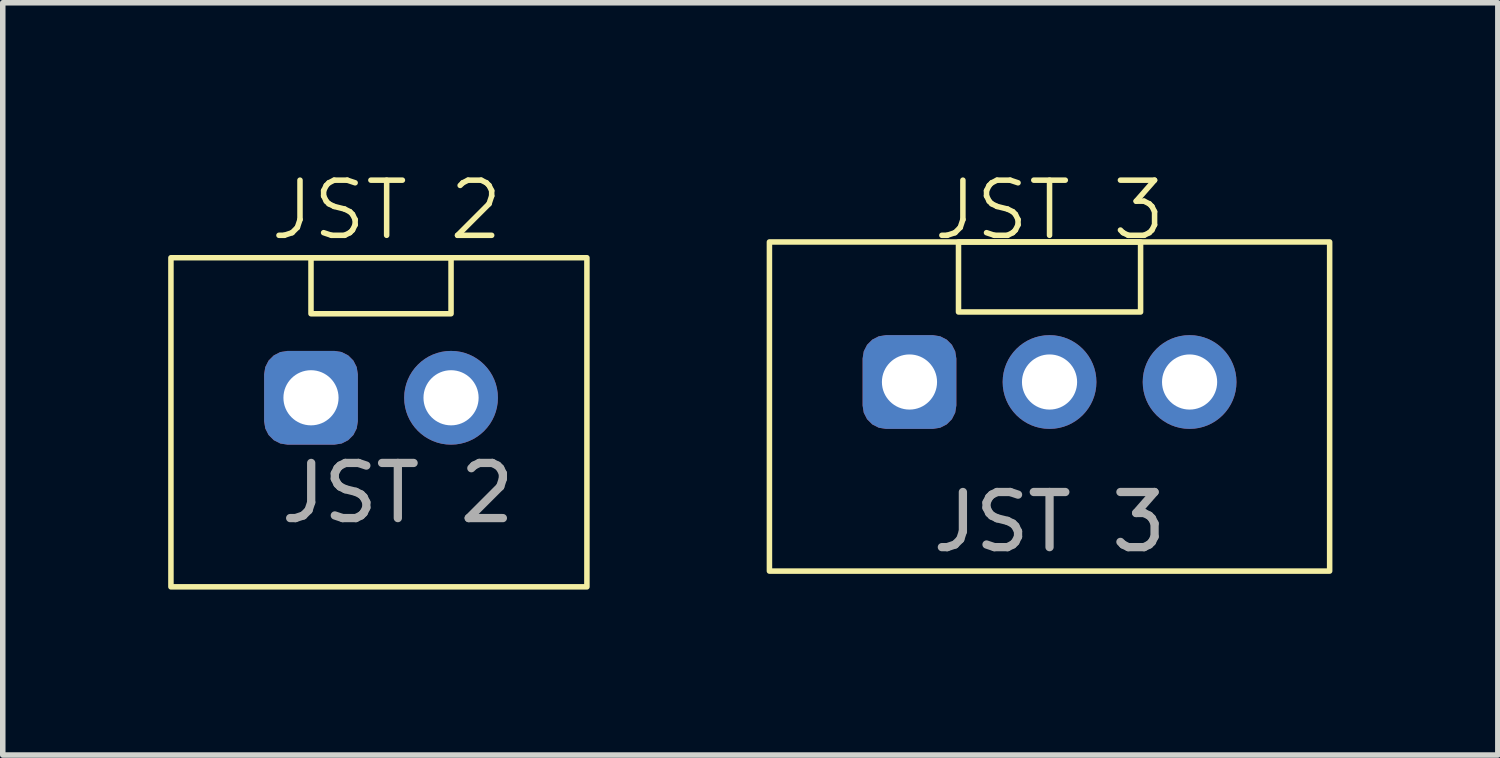
<source format=kicad_pcb>
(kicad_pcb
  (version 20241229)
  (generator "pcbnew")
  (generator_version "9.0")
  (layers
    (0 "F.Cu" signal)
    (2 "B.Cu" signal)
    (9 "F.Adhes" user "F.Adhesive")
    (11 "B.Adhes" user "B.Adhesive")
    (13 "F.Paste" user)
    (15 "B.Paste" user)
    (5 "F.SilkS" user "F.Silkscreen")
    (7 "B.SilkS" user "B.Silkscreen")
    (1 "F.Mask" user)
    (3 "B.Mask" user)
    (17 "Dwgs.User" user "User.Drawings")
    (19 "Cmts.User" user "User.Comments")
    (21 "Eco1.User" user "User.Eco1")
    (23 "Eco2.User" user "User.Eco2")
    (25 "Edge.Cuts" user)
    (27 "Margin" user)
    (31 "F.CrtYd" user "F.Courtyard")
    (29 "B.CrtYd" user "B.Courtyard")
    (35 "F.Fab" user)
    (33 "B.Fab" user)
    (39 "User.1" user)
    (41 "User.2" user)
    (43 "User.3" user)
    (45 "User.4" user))
  (footprint "JST 3"
    (layer "F.Cu")
    (at 10.894 6.348)
    (property "Reference" "JST 3" (at 5.09 -5.588 0) (unlocked yes) (layer "F.SilkS") (effects (font (size 1 1) (thickness 0.1))))
    (attr through_hole)
    (fp_rect (start 0.01 -5.01) (end 10.17 0.959) (stroke (width 0.1) (type default)) (fill no) (layer "F.SilkS"))
    (fp_rect (start 3.439 -5.01) (end 6.741 -3.74) (stroke (width 0.1) (type default)) (fill no) (layer "F.SilkS"))
    (fp_text user "${REFERENCE}" (at 5.09 0.07 0) (unlocked yes) (layer "F.Fab") (effects (font (size 1 1) (thickness 0.15))))
    (pad "1" thru_hole roundrect (at 2.55 -2.47) (size 1.7 1.7) (drill 1) (layers "*.Cu" "*.Mask") (roundrect_rratio 0.25))
    (pad "2" thru_hole circle (at 5.09 -2.47) (size 1.7 1.7) (drill 1) (layers "*.Cu" "*.Mask"))
    (pad "3" thru_hole circle (at 7.63 -2.47) (size 1.7 1.7) (drill 1) (layers "*.Cu" "*.Mask")))
  (footprint "JST 2"
    (layer "F.Cu")
    (at 2.59 4.164)
    (property "Reference" "JST 2" (at 1.372 -3.404 0) (unlocked yes) (layer "F.SilkS") (effects (font (size 1 1) (thickness 0.1))))
    (attr through_hole)
    (fp_rect (start -2.54 -2.54) (end 5.004 3.429) (stroke (width 0.1) (type default)) (fill no) (layer "F.SilkS"))
    (fp_rect (start 0 -2.54) (end 2.54 -1.524) (stroke (width 0.1) (type default)) (fill no) (layer "F.SilkS"))
    (fp_text user "${REFERENCE}" (at 1.575 1.727 0) (unlocked yes) (layer "F.Fab") (effects (font (size 1 1) (thickness 0.15))))
    (pad "1" thru_hole roundrect (at 0 0) (size 1.7 1.7) (drill 1) (layers "*.Cu" "*.Mask") (roundrect_rratio 0.25))
    (pad "2" thru_hole circle (at 2.54 0) (size 1.7 1.7) (drill 1) (layers "*.Cu" "*.Mask")))
  (gr_rect
    (start -3 -3)
    (end 24.114 10.643)
    (stroke (width 0.1) (type default))
    (fill no)
    (layer "Edge.Cuts")))
</source>
